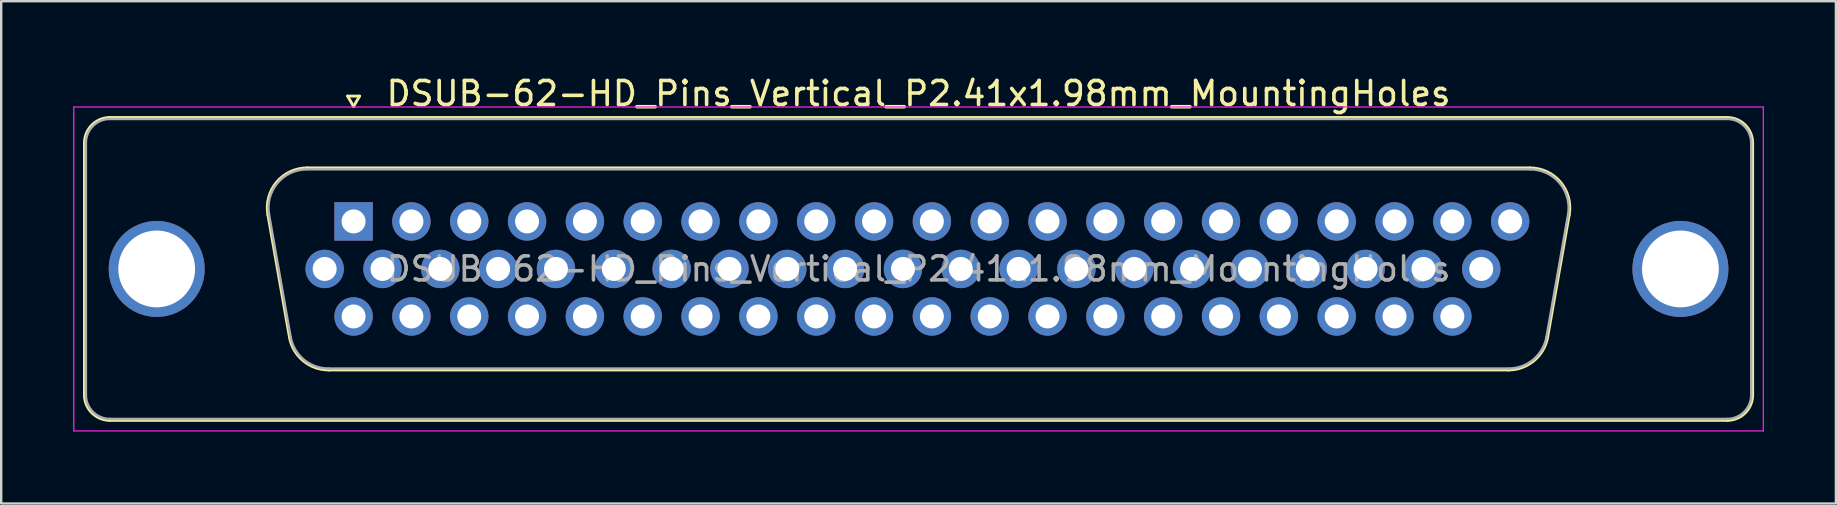
<source format=kicad_pcb>
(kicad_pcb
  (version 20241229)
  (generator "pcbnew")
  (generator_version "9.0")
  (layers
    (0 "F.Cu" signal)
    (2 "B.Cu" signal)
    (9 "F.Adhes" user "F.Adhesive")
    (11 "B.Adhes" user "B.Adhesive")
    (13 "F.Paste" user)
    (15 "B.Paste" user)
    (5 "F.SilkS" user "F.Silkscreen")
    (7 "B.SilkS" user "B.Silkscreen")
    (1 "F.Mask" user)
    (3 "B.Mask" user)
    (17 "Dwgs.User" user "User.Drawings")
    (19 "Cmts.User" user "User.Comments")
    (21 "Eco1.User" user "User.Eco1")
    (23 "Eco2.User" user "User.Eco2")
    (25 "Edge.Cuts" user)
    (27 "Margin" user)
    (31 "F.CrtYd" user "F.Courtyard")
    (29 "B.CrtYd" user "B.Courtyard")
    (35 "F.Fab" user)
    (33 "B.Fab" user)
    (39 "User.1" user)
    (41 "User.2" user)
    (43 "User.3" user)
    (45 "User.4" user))
  (footprint "DSUB-62-HD_Pins_Vertical_P2.41x1.98mm_MountingHoles"
    (layer "F.Cu")
    (at 11.685 6.178)
    (property "Reference" "DSUB-62-HD_Pins_Vertical_P2.41x1.98mm_MountingHoles" (at 23.545 -5.33 0) (layer "F.SilkS") (effects (font (size 1 1) (thickness 0.15))))
    (attr through_hole)
    (fp_line (start -11.215 7.23) (end -11.215 -3.27) (stroke (width 0.12) (type solid)) (layer "F.SilkS"))
    (fp_line (start -10.155 -4.33) (end 57.245 -4.33) (stroke (width 0.12) (type solid)) (layer "F.SilkS"))
    (fp_line (start -2.672 4.818) (end -3.571 -0.282) (stroke (width 0.12) (type solid)) (layer "F.SilkS"))
    (fp_line (start -1.937 -2.23) (end 49.027 -2.23) (stroke (width 0.12) (type solid)) (layer "F.SilkS"))
    (fp_line (start -0.25 -5.224) (end 0.25 -5.224) (stroke (width 0.12) (type solid)) (layer "F.SilkS"))
    (fp_line (start 0 -4.791) (end -0.25 -5.224) (stroke (width 0.12) (type solid)) (layer "F.SilkS"))
    (fp_line (start 0.25 -5.224) (end 0 -4.791) (stroke (width 0.12) (type solid)) (layer "F.SilkS"))
    (fp_line (start 48.127 6.19) (end -1.037 6.19) (stroke (width 0.12) (type solid)) (layer "F.SilkS"))
    (fp_line (start 50.661 -0.282) (end 49.762 4.818) (stroke (width 0.12) (type solid)) (layer "F.SilkS"))
    (fp_line (start 57.245 8.29) (end -10.155 8.29) (stroke (width 0.12) (type solid)) (layer "F.SilkS"))
    (fp_line (start 58.305 -3.27) (end 58.305 7.23) (stroke (width 0.12) (type solid)) (layer "F.SilkS"))
    (fp_arc (start -11.215 -3.27) (mid -10.904533 -4.019533) (end -10.155 -4.33) (stroke (width 0.12) (type solid)) (layer "F.SilkS"))
    (fp_arc (start -10.155 8.29) (mid -10.904533 7.979533) (end -11.215 7.23) (stroke (width 0.12) (type solid)) (layer "F.SilkS"))
    (fp_arc (start -3.57147 -0.281744) (mid -3.208323 -1.637027) (end -1.936689 -2.23) (stroke (width 0.12) (type solid)) (layer "F.SilkS"))
    (fp_arc (start -1.037421 6.19) (mid -2.104449 5.801634) (end -2.672202 4.818256) (stroke (width 0.12) (type solid)) (layer "F.SilkS"))
    (fp_arc (start 49.026689 -2.23) (mid 50.298323 -1.637027) (end 50.66147 -0.281744) (stroke (width 0.12) (type solid)) (layer "F.SilkS"))
    (fp_arc (start 49.762202 4.818256) (mid 49.194449 5.801634) (end 48.127421 6.19) (stroke (width 0.12) (type solid)) (layer "F.SilkS"))
    (fp_arc (start 57.245 -4.33) (mid 57.994533 -4.019533) (end 58.305 -3.27) (stroke (width 0.12) (type solid)) (layer "F.SilkS"))
    (fp_arc (start 58.305 7.23) (mid 57.994533 7.979533) (end 57.245 8.29) (stroke (width 0.12) (type solid)) (layer "F.SilkS"))
    (fp_line (start -11.66 -4.77) (end -11.66 8.73) (stroke (width 0.05) (type solid)) (layer "F.CrtYd"))
    (fp_line (start -11.66 8.73) (end 58.75 8.73) (stroke (width 0.05) (type solid)) (layer "F.CrtYd"))
    (fp_line (start 58.75 -4.77) (end -11.66 -4.77) (stroke (width 0.05) (type solid)) (layer "F.CrtYd"))
    (fp_line (start 58.75 8.73) (end 58.75 -4.77) (stroke (width 0.05) (type solid)) (layer "F.CrtYd"))
    (fp_line (start -11.155 7.23) (end -11.155 -3.27) (stroke (width 0.1) (type solid)) (layer "F.Fab"))
    (fp_line (start -10.155 -4.27) (end 57.245 -4.27) (stroke (width 0.1) (type solid)) (layer "F.Fab"))
    (fp_line (start -2.625 4.808) (end -3.524 -0.292) (stroke (width 0.1) (type solid)) (layer "F.Fab"))
    (fp_line (start -1.948 -2.17) (end 49.038 -2.17) (stroke (width 0.1) (type solid)) (layer "F.Fab"))
    (fp_line (start 48.139 6.13) (end -1.049 6.13) (stroke (width 0.1) (type solid)) (layer "F.Fab"))
    (fp_line (start 50.614 -0.292) (end 49.715 4.808) (stroke (width 0.1) (type solid)) (layer "F.Fab"))
    (fp_line (start 57.245 8.23) (end -10.155 8.23) (stroke (width 0.1) (type solid)) (layer "F.Fab"))
    (fp_line (start 58.245 -3.27) (end 58.245 7.23) (stroke (width 0.1) (type solid)) (layer "F.Fab"))
    (fp_arc (start -11.155 -3.27) (mid -10.862107 -3.977107) (end -10.155 -4.27) (stroke (width 0.1) (type solid)) (layer "F.Fab"))
    (fp_arc (start -10.155 8.23) (mid -10.862107 7.937107) (end -11.155 7.23) (stroke (width 0.1) (type solid)) (layer "F.Fab"))
    (fp_arc (start -3.523887 -0.292163) (mid -3.173865 -1.59846) (end -1.948194 -2.17) (stroke (width 0.1) (type solid)) (layer "F.Fab"))
    (fp_arc (start -1.048927 6.13) (mid -2.077387 5.755671) (end -2.624619 4.807837) (stroke (width 0.1) (type solid)) (layer "F.Fab"))
    (fp_arc (start 49.038194 -2.17) (mid 50.263865 -1.59846) (end 50.613887 -0.292163) (stroke (width 0.1) (type solid)) (layer "F.Fab"))
    (fp_arc (start 49.714619 4.807837) (mid 49.167387 5.755671) (end 48.138927 6.13) (stroke (width 0.1) (type solid)) (layer "F.Fab"))
    (fp_arc (start 57.245 -4.27) (mid 57.952107 -3.977107) (end 58.245 -3.27) (stroke (width 0.1) (type solid)) (layer "F.Fab"))
    (fp_arc (start 58.245 7.23) (mid 57.952107 7.937107) (end 57.245 8.23) (stroke (width 0.1) (type solid)) (layer "F.Fab"))
    (fp_text user "${REFERENCE}" (at 23.545 1.98 0) (layer "F.Fab") (effects (font (size 1 1) (thickness 0.15))))
    (pad "0" thru_hole circle (at -8.205 1.98) (size 4 4) (drill 3.2) (layers "*.Cu" "*.Mask"))
    (pad "0" thru_hole circle (at 55.295 1.98) (size 4 4) (drill 3.2) (layers "*.Cu" "*.Mask"))
    (pad "1" thru_hole rect (at 0 0) (size 1.6 1.6) (drill 1) (layers "*.Cu" "*.Mask"))
    (pad "2" thru_hole circle (at 2.41 0) (size 1.6 1.6) (drill 1) (layers "*.Cu" "*.Mask"))
    (pad "3" thru_hole circle (at 4.82 0) (size 1.6 1.6) (drill 1) (layers "*.Cu" "*.Mask"))
    (pad "4" thru_hole circle (at 7.23 0) (size 1.6 1.6) (drill 1) (layers "*.Cu" "*.Mask"))
    (pad "5" thru_hole circle (at 9.64 0) (size 1.6 1.6) (drill 1) (layers "*.Cu" "*.Mask"))
    (pad "6" thru_hole circle (at 12.05 0) (size 1.6 1.6) (drill 1) (layers "*.Cu" "*.Mask"))
    (pad "7" thru_hole circle (at 14.46 0) (size 1.6 1.6) (drill 1) (layers "*.Cu" "*.Mask"))
    (pad "8" thru_hole circle (at 16.87 0) (size 1.6 1.6) (drill 1) (layers "*.Cu" "*.Mask"))
    (pad "9" thru_hole circle (at 19.28 0) (size 1.6 1.6) (drill 1) (layers "*.Cu" "*.Mask"))
    (pad "10" thru_hole circle (at 21.69 0) (size 1.6 1.6) (drill 1) (layers "*.Cu" "*.Mask"))
    (pad "11" thru_hole circle (at 24.1 0) (size 1.6 1.6) (drill 1) (layers "*.Cu" "*.Mask"))
    (pad "12" thru_hole circle (at 26.51 0) (size 1.6 1.6) (drill 1) (layers "*.Cu" "*.Mask"))
    (pad "13" thru_hole circle (at 28.92 0) (size 1.6 1.6) (drill 1) (layers "*.Cu" "*.Mask"))
    (pad "14" thru_hole circle (at 31.33 0) (size 1.6 1.6) (drill 1) (layers "*.Cu" "*.Mask"))
    (pad "15" thru_hole circle (at 33.74 0) (size 1.6 1.6) (drill 1) (layers "*.Cu" "*.Mask"))
    (pad "16" thru_hole circle (at 36.15 0) (size 1.6 1.6) (drill 1) (layers "*.Cu" "*.Mask"))
    (pad "17" thru_hole circle (at 38.56 0) (size 1.6 1.6) (drill 1) (layers "*.Cu" "*.Mask"))
    (pad "18" thru_hole circle (at 40.97 0) (size 1.6 1.6) (drill 1) (layers "*.Cu" "*.Mask"))
    (pad "19" thru_hole circle (at 43.38 0) (size 1.6 1.6) (drill 1) (layers "*.Cu" "*.Mask"))
    (pad "20" thru_hole circle (at 45.79 0) (size 1.6 1.6) (drill 1) (layers "*.Cu" "*.Mask"))
    (pad "21" thru_hole circle (at 48.2 0) (size 1.6 1.6) (drill 1) (layers "*.Cu" "*.Mask"))
    (pad "22" thru_hole circle (at -1.205 1.98) (size 1.6 1.6) (drill 1) (layers "*.Cu" "*.Mask"))
    (pad "23" thru_hole circle (at 1.205 1.98) (size 1.6 1.6) (drill 1) (layers "*.Cu" "*.Mask"))
    (pad "24" thru_hole circle (at 3.615 1.98) (size 1.6 1.6) (drill 1) (layers "*.Cu" "*.Mask"))
    (pad "25" thru_hole circle (at 6.025 1.98) (size 1.6 1.6) (drill 1) (layers "*.Cu" "*.Mask"))
    (pad "26" thru_hole circle (at 8.435 1.98) (size 1.6 1.6) (drill 1) (layers "*.Cu" "*.Mask"))
    (pad "27" thru_hole circle (at 10.845 1.98) (size 1.6 1.6) (drill 1) (layers "*.Cu" "*.Mask"))
    (pad "28" thru_hole circle (at 13.255 1.98) (size 1.6 1.6) (drill 1) (layers "*.Cu" "*.Mask"))
    (pad "29" thru_hole circle (at 15.665 1.98) (size 1.6 1.6) (drill 1) (layers "*.Cu" "*.Mask"))
    (pad "30" thru_hole circle (at 18.075 1.98) (size 1.6 1.6) (drill 1) (layers "*.Cu" "*.Mask"))
    (pad "31" thru_hole circle (at 20.485 1.98) (size 1.6 1.6) (drill 1) (layers "*.Cu" "*.Mask"))
    (pad "32" thru_hole circle (at 22.895 1.98) (size 1.6 1.6) (drill 1) (layers "*.Cu" "*.Mask"))
    (pad "33" thru_hole circle (at 25.305 1.98) (size 1.6 1.6) (drill 1) (layers "*.Cu" "*.Mask"))
    (pad "34" thru_hole circle (at 27.715 1.98) (size 1.6 1.6) (drill 1) (layers "*.Cu" "*.Mask"))
    (pad "35" thru_hole circle (at 30.125 1.98) (size 1.6 1.6) (drill 1) (layers "*.Cu" "*.Mask"))
    (pad "36" thru_hole circle (at 32.535 1.98) (size 1.6 1.6) (drill 1) (layers "*.Cu" "*.Mask"))
    (pad "37" thru_hole circle (at 34.945 1.98) (size 1.6 1.6) (drill 1) (layers "*.Cu" "*.Mask"))
    (pad "38" thru_hole circle (at 37.355 1.98) (size 1.6 1.6) (drill 1) (layers "*.Cu" "*.Mask"))
    (pad "39" thru_hole circle (at 39.765 1.98) (size 1.6 1.6) (drill 1) (layers "*.Cu" "*.Mask"))
    (pad "40" thru_hole circle (at 42.175 1.98) (size 1.6 1.6) (drill 1) (layers "*.Cu" "*.Mask"))
    (pad "41" thru_hole circle (at 44.585 1.98) (size 1.6 1.6) (drill 1) (layers "*.Cu" "*.Mask"))
    (pad "42" thru_hole circle (at 46.995 1.98) (size 1.6 1.6) (drill 1) (layers "*.Cu" "*.Mask"))
    (pad "43" thru_hole circle (at 0 3.96) (size 1.6 1.6) (drill 1) (layers "*.Cu" "*.Mask"))
    (pad "44" thru_hole circle (at 2.41 3.96) (size 1.6 1.6) (drill 1) (layers "*.Cu" "*.Mask"))
    (pad "45" thru_hole circle (at 4.82 3.96) (size 1.6 1.6) (drill 1) (layers "*.Cu" "*.Mask"))
    (pad "46" thru_hole circle (at 7.23 3.96) (size 1.6 1.6) (drill 1) (layers "*.Cu" "*.Mask"))
    (pad "47" thru_hole circle (at 9.64 3.96) (size 1.6 1.6) (drill 1) (layers "*.Cu" "*.Mask"))
    (pad "48" thru_hole circle (at 12.05 3.96) (size 1.6 1.6) (drill 1) (layers "*.Cu" "*.Mask"))
    (pad "49" thru_hole circle (at 14.46 3.96) (size 1.6 1.6) (drill 1) (layers "*.Cu" "*.Mask"))
    (pad "50" thru_hole circle (at 16.87 3.96) (size 1.6 1.6) (drill 1) (layers "*.Cu" "*.Mask"))
    (pad "51" thru_hole circle (at 19.28 3.96) (size 1.6 1.6) (drill 1) (layers "*.Cu" "*.Mask"))
    (pad "52" thru_hole circle (at 21.69 3.96) (size 1.6 1.6) (drill 1) (layers "*.Cu" "*.Mask"))
    (pad "53" thru_hole circle (at 24.1 3.96) (size 1.6 1.6) (drill 1) (layers "*.Cu" "*.Mask"))
    (pad "54" thru_hole circle (at 26.51 3.96) (size 1.6 1.6) (drill 1) (layers "*.Cu" "*.Mask"))
    (pad "55" thru_hole circle (at 28.92 3.96) (size 1.6 1.6) (drill 1) (layers "*.Cu" "*.Mask"))
    (pad "56" thru_hole circle (at 31.33 3.96) (size 1.6 1.6) (drill 1) (layers "*.Cu" "*.Mask"))
    (pad "57" thru_hole circle (at 33.74 3.96) (size 1.6 1.6) (drill 1) (layers "*.Cu" "*.Mask"))
    (pad "58" thru_hole circle (at 36.15 3.96) (size 1.6 1.6) (drill 1) (layers "*.Cu" "*.Mask"))
    (pad "59" thru_hole circle (at 38.56 3.96) (size 1.6 1.6) (drill 1) (layers "*.Cu" "*.Mask"))
    (pad "60" thru_hole circle (at 40.97 3.96) (size 1.6 1.6) (drill 1) (layers "*.Cu" "*.Mask"))
    (pad "61" thru_hole circle (at 43.38 3.96) (size 1.6 1.6) (drill 1) (layers "*.Cu" "*.Mask"))
    (pad "62" thru_hole circle (at 45.79 3.96) (size 1.6 1.6) (drill 1) (layers "*.Cu" "*.Mask")))
  (gr_rect
    (start -3 -3)
    (end 73.46 17.933)
    (stroke (width 0.1) (type default))
    (fill no)
    (layer "Edge.Cuts")))
</source>
